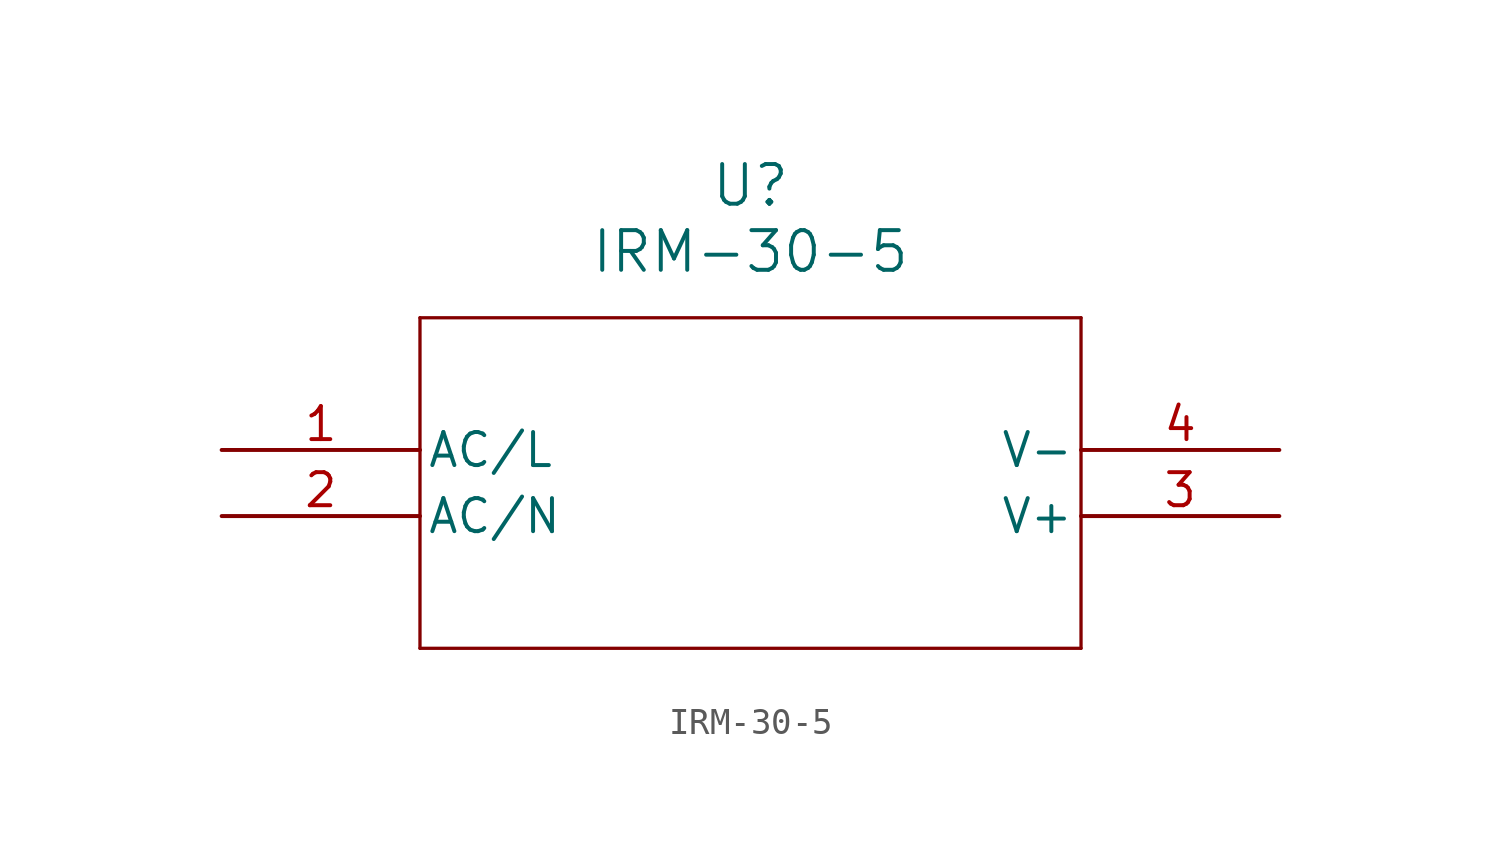
<source format=kicad_sym>
(kicad_symbol_lib
  (version 20211014)
  (generator kicad_symbol_editor)
  (symbol "IRM-30-5"
    (pin_names
      (offset 0.254))
    (property "Reference" "U"
      (at 20.32 10.16 0)
      (effects (font (size 1.524 1.524))))
    (property "Value" "IRM-30-5"
      (at 20.32 7.62 0)
      (effects (font (size 1.524 1.524))))
    (symbol "IRM-30-5_0_1"
      (polyline (pts (xy 7.62 5.08) (xy 7.62 -7.62)) (stroke (width 0.127) (type default) (color 0 0 0 0)) (fill (type none)))
      (polyline (pts (xy 7.62 -7.62) (xy 33.02 -7.62)) (stroke (width 0.127) (type default) (color 0 0 0 0)) (fill (type none)))
      (polyline (pts (xy 33.02 -7.62) (xy 33.02 5.08)) (stroke (width 0.127) (type default) (color 0 0 0 0)) (fill (type none)))
      (polyline (pts (xy 33.02 5.08) (xy 7.62 5.08)) (stroke (width 0.127) (type default) (color 0 0 0 0)) (fill (type none)))
      (pin unspecified line (at 0 0 0) (length 7.62) (name "AC/L" (effects (font (size 1.27 1.27)))) (number "1" (effects (font (size 1.27 1.27)))))
      (pin unspecified line (at 0 -2.54 0) (length 7.62) (name "AC/N" (effects (font (size 1.27 1.27)))) (number "2" (effects (font (size 1.27 1.27)))))
      (pin power_in line (at 40.64 -2.54 180) (length 7.62) (name "V+" (effects (font (size 1.27 1.27)))) (number "3" (effects (font (size 1.27 1.27)))))
      (pin power_in line (at 40.64 0 180) (length 7.62) (name "V-" (effects (font (size 1.27 1.27)))) (number "4" (effects (font (size 1.27 1.27))))))))
</source>
